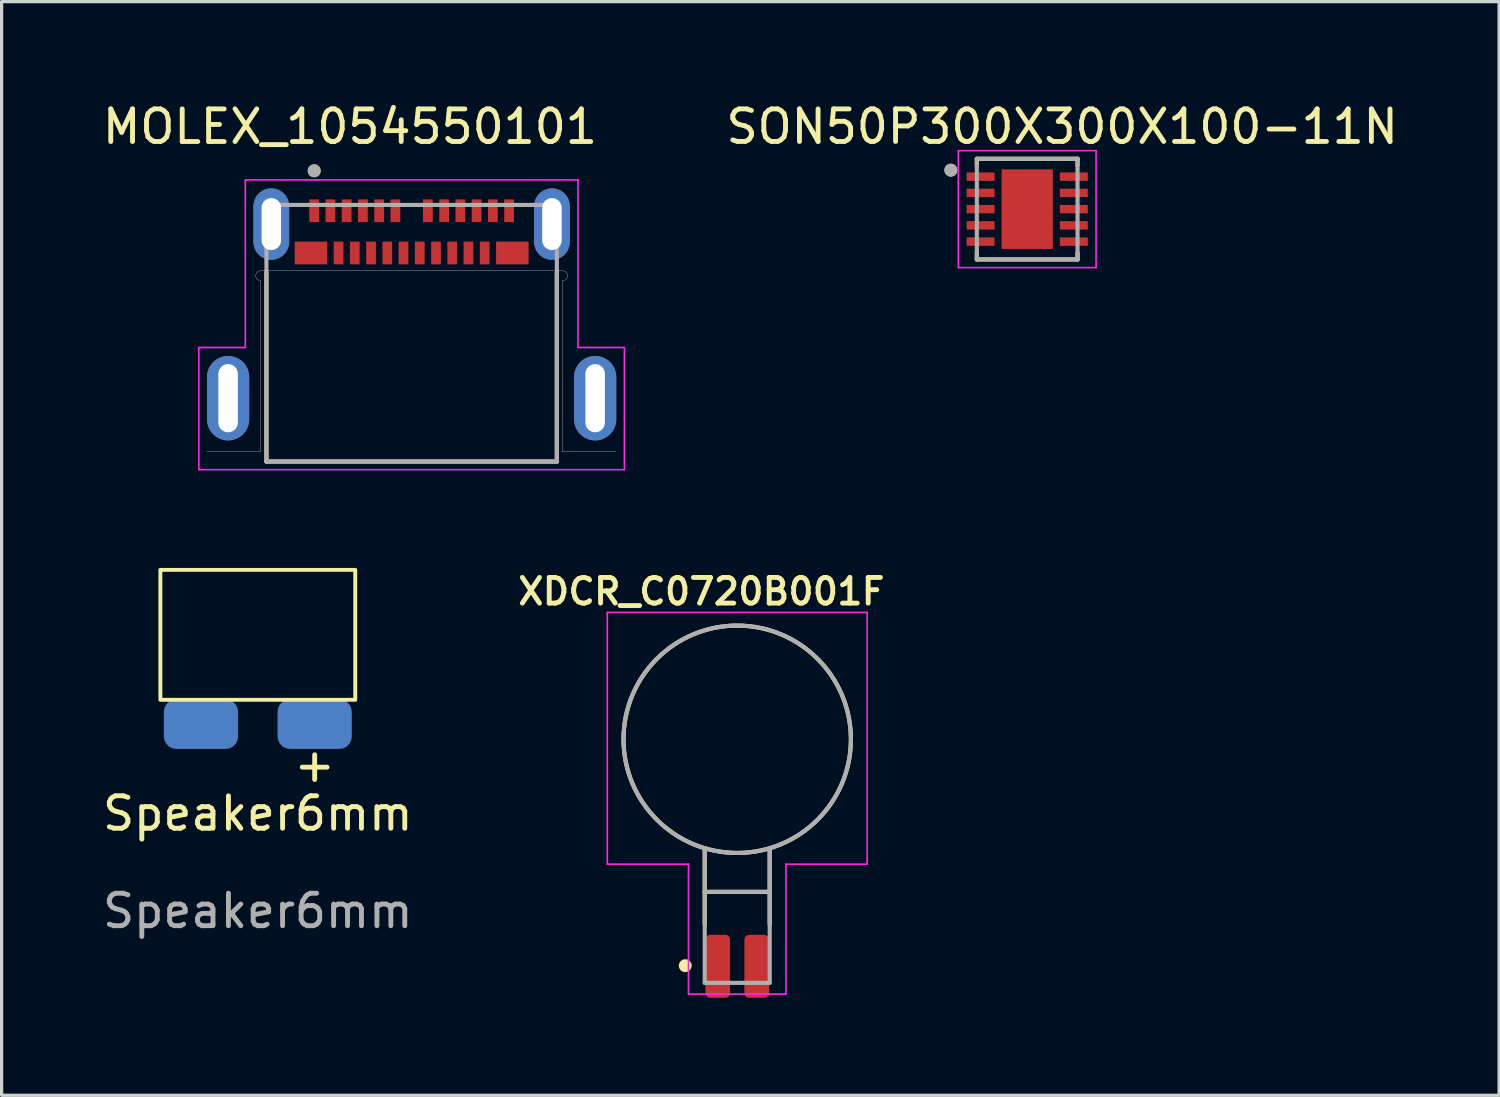
<source format=kicad_pcb>
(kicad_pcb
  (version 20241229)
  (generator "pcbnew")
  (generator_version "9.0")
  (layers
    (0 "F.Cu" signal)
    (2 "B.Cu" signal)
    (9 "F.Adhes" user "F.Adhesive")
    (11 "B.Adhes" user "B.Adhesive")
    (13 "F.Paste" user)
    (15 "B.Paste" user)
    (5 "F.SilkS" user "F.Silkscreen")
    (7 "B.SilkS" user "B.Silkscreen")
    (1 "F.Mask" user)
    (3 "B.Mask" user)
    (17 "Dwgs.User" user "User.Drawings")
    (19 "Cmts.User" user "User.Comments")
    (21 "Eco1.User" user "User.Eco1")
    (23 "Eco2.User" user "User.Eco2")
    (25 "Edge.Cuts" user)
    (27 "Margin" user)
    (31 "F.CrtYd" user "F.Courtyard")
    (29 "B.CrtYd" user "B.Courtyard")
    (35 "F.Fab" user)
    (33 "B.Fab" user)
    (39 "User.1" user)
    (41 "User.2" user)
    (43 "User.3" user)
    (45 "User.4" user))
  (footprint "MOLEX_1054550101"
    (layer "F.Cu")
    (at 9.622 7.208)
    (property "Reference" "MOLEX_1054550101" (at -1.899 -6.358 0) (layer "F.SilkS") (effects (font (size 1.004 1.004) (thickness 0.15))))
    (attr through_hole)
    (fp_line (start -4.47 3.95) (end -4.47 -1.88) (stroke (width 0.127) (type solid)) (layer "F.SilkS"))
    (fp_line (start -4.47 3.95) (end 4.47 3.95) (stroke (width 0.127) (type solid)) (layer "F.SilkS"))
    (fp_line (start 4.47 3.95) (end 4.47 -1.88) (stroke (width 0.127) (type solid)) (layer "F.SilkS"))
    (fp_circle (center -3 -5) (end -2.9 -5) (stroke (width 0.2) (type solid)) (fill no) (layer "F.SilkS"))
    (fp_line (start -6.3 3.65) (end -4.65 3.65) (stroke (width 0.01) (type solid)) (layer "Edge.Cuts"))
    (fp_line (start -4.65 -1.92) (end 4.65 -1.92) (stroke (width 0.01) (type solid)) (layer "Edge.Cuts"))
    (fp_line (start -4.65 3.65) (end -4.65 -1.62) (stroke (width 0.01) (type solid)) (layer "Edge.Cuts"))
    (fp_line (start 4.65 3.65) (end 4.65 -1.62) (stroke (width 0.01) (type solid)) (layer "Edge.Cuts"))
    (fp_line (start 4.65 3.65) (end 6.3 3.65) (stroke (width 0.01) (type solid)) (layer "Edge.Cuts"))
    (fp_arc (start -4.8 -1.77) (mid -4.756066 -1.876066) (end -4.65 -1.92) (stroke (width 0.01) (type solid)) (layer "Edge.Cuts"))
    (fp_arc (start -4.65 -1.62) (mid -4.756066 -1.663934) (end -4.8 -1.77) (stroke (width 0.01) (type solid)) (layer "Edge.Cuts"))
    (fp_arc (start 4.65 -1.92) (mid 4.756066 -1.876066) (end 4.8 -1.77) (stroke (width 0.01) (type solid)) (layer "Edge.Cuts"))
    (fp_arc (start 4.8 -1.77) (mid 4.756066 -1.663934) (end 4.65 -1.62) (stroke (width 0.01) (type solid)) (layer "Edge.Cuts"))
    (fp_line (start -6.55 0.44) (end -5.12 0.44) (stroke (width 0.05) (type solid)) (layer "F.CrtYd"))
    (fp_line (start -6.55 4.2) (end -6.55 0.44) (stroke (width 0.05) (type solid)) (layer "F.CrtYd"))
    (fp_line (start -5.12 -4.72) (end 5.12 -4.72) (stroke (width 0.05) (type solid)) (layer "F.CrtYd"))
    (fp_line (start -5.12 0.44) (end -5.12 -4.72) (stroke (width 0.05) (type solid)) (layer "F.CrtYd"))
    (fp_line (start 5.12 0.44) (end 5.12 -4.72) (stroke (width 0.05) (type solid)) (layer "F.CrtYd"))
    (fp_line (start 5.12 0.44) (end 6.55 0.44) (stroke (width 0.05) (type solid)) (layer "F.CrtYd"))
    (fp_line (start 6.55 4.2) (end -6.55 4.2) (stroke (width 0.05) (type solid)) (layer "F.CrtYd"))
    (fp_line (start 6.55 4.2) (end 6.55 0.44) (stroke (width 0.05) (type solid)) (layer "F.CrtYd"))
    (fp_line (start -4.47 -3.95) (end -4.47 3.95) (stroke (width 0.127) (type solid)) (layer "F.Fab"))
    (fp_line (start -4.47 3.95) (end 4.47 3.95) (stroke (width 0.127) (type solid)) (layer "F.Fab"))
    (fp_line (start 4.47 -3.95) (end -4.47 -3.95) (stroke (width 0.127) (type solid)) (layer "F.Fab"))
    (fp_line (start 4.47 3.95) (end 4.47 -3.95) (stroke (width 0.127) (type solid)) (layer "F.Fab"))
    (fp_circle (center -3 -5) (end -2.9 -5) (stroke (width 0.2) (type solid)) (fill no) (layer "F.Fab"))
    (pad "A1" smd rect (at -3 -3.77) (size 0.3 0.7) (layers "F.Cu" "F.Mask" "F.Paste"))
    (pad "A2" smd rect (at -2.5 -3.77) (size 0.3 0.7) (layers "F.Cu" "F.Mask" "F.Paste"))
    (pad "A3" smd rect (at -2 -3.77) (size 0.3 0.7) (layers "F.Cu" "F.Mask" "F.Paste"))
    (pad "A4" smd rect (at -1.5 -3.77) (size 0.3 0.7) (layers "F.Cu" "F.Mask" "F.Paste"))
    (pad "A5" smd rect (at -1 -3.77) (size 0.3 0.7) (layers "F.Cu" "F.Mask" "F.Paste"))
    (pad "A6" smd rect (at -0.5 -3.77) (size 0.3 0.7) (layers "F.Cu" "F.Mask" "F.Paste"))
    (pad "A7" smd rect (at 0.5 -3.77) (size 0.3 0.7) (layers "F.Cu" "F.Mask" "F.Paste"))
    (pad "A8" smd rect (at 1 -3.77) (size 0.3 0.7) (layers "F.Cu" "F.Mask" "F.Paste"))
    (pad "A9" smd rect (at 1.5 -3.77) (size 0.3 0.7) (layers "F.Cu" "F.Mask" "F.Paste"))
    (pad "A10" smd rect (at 2 -3.77) (size 0.3 0.7) (layers "F.Cu" "F.Mask" "F.Paste"))
    (pad "A11" smd rect (at 2.5 -3.77) (size 0.3 0.7) (layers "F.Cu" "F.Mask" "F.Paste"))
    (pad "A12" smd rect (at 3 -3.77) (size 0.3 0.7) (layers "F.Cu" "F.Mask" "F.Paste"))
    (pad "B1" smd rect (at 3.1 -2.47) (size 1 0.7) (layers "F.Cu" "F.Mask" "F.Paste"))
    (pad "B2" smd rect (at 2.25 -2.47) (size 0.3 0.7) (layers "F.Cu" "F.Mask" "F.Paste"))
    (pad "B3" smd rect (at 1.75 -2.47) (size 0.3 0.7) (layers "F.Cu" "F.Mask" "F.Paste"))
    (pad "B4" smd rect (at 1.25 -2.47) (size 0.3 0.7) (layers "F.Cu" "F.Mask" "F.Paste"))
    (pad "B5" smd rect (at 0.75 -2.47) (size 0.3 0.7) (layers "F.Cu" "F.Mask" "F.Paste"))
    (pad "B6" smd rect (at 0.25 -2.47) (size 0.3 0.7) (layers "F.Cu" "F.Mask" "F.Paste"))
    (pad "B7" smd rect (at -0.25 -2.47) (size 0.3 0.7) (layers "F.Cu" "F.Mask" "F.Paste"))
    (pad "B8" smd rect (at -0.75 -2.47) (size 0.3 0.7) (layers "F.Cu" "F.Mask" "F.Paste"))
    (pad "B9" smd rect (at -1.25 -2.47) (size 0.3 0.7) (layers "F.Cu" "F.Mask" "F.Paste"))
    (pad "B10" smd rect (at -1.75 -2.47) (size 0.3 0.7) (layers "F.Cu" "F.Mask" "F.Paste"))
    (pad "B11" smd rect (at -2.25 -2.47) (size 0.3 0.7) (layers "F.Cu" "F.Mask" "F.Paste"))
    (pad "B12" smd rect (at -3.1 -2.47) (size 1 0.7) (layers "F.Cu" "F.Mask" "F.Paste"))
    (pad "S1" thru_hole oval (at -4.32 -3.36) (size 1.1 2.2) (drill oval 0.6 1.6) (layers "*.Cu" "*.Mask"))
    (pad "S2" thru_hole oval (at 4.32 -3.36) (size 1.1 2.2) (drill oval 0.6 1.6) (layers "*.Cu" "*.Mask"))
    (pad "S3" thru_hole oval (at -5.65 2) (size 1.3 2.6) (drill oval 0.6 2.1) (layers "*.Cu" "*.Mask"))
    (pad "S4" thru_hole oval (at 5.65 2) (size 1.3 2.6) (drill oval 0.6 2.1) (layers "*.Cu" "*.Mask")))
  (footprint "SON50P300X300X100-11N"
    (layer "F.Cu")
    (at 28.572 3.388)
    (property "Reference" "SON50P300X300X100-11N" (at 1.077 -2.539 0) (layer "F.SilkS") (effects (font (size 1.002 1.002) (thickness 0.15))))
    (attr through_hole)
    (fp_line (start -1.55 -1.55) (end -1.55 -1.345) (stroke (width 0.127) (type solid)) (layer "F.SilkS"))
    (fp_line (start -1.55 1.55) (end -1.55 1.345) (stroke (width 0.127) (type solid)) (layer "F.SilkS"))
    (fp_line (start -1.55 1.55) (end 1.55 1.55) (stroke (width 0.127) (type solid)) (layer "F.SilkS"))
    (fp_line (start 1.55 -1.55) (end -1.55 -1.55) (stroke (width 0.127) (type solid)) (layer "F.SilkS"))
    (fp_line (start 1.55 -1.55) (end 1.55 -1.345) (stroke (width 0.127) (type solid)) (layer "F.SilkS"))
    (fp_line (start 1.55 1.55) (end 1.55 1.345) (stroke (width 0.127) (type solid)) (layer "F.SilkS"))
    (fp_circle (center -2.35 -1.2) (end -2.25 -1.2) (stroke (width 0.2) (type solid)) (fill no) (layer "F.SilkS"))
    (fp_poly (pts (xy -0.501 -0.8) (xy 0.5 -0.8) (xy 0.5 0.802) (xy -0.501 0.802)) (stroke (width 0.01) (type solid)) (fill yes) (layer "F.Paste"))
    (fp_line (start -2.12 -1.8) (end 2.12 -1.8) (stroke (width 0.05) (type solid)) (layer "F.CrtYd"))
    (fp_line (start -2.12 1.8) (end -2.12 -1.8) (stroke (width 0.05) (type solid)) (layer "F.CrtYd"))
    (fp_line (start 2.12 -1.8) (end 2.12 1.8) (stroke (width 0.05) (type solid)) (layer "F.CrtYd"))
    (fp_line (start 2.12 1.8) (end -2.12 1.8) (stroke (width 0.05) (type solid)) (layer "F.CrtYd"))
    (fp_line (start -1.55 -1.55) (end -1.55 1.55) (stroke (width 0.127) (type solid)) (layer "F.Fab"))
    (fp_line (start -1.55 1.55) (end 1.55 1.55) (stroke (width 0.127) (type solid)) (layer "F.Fab"))
    (fp_line (start 1.55 -1.55) (end -1.55 -1.55) (stroke (width 0.127) (type solid)) (layer "F.Fab"))
    (fp_line (start 1.55 1.55) (end 1.55 -1.55) (stroke (width 0.127) (type solid)) (layer "F.Fab"))
    (fp_circle (center -2.35 -1.2) (end -2.25 -1.2) (stroke (width 0.2) (type solid)) (fill no) (layer "F.Fab"))
    (pad "1" smd rect (at -1.435 -1) (size 0.86 0.26) (layers "F.Cu" "F.Mask" "F.Paste"))
    (pad "2" smd rect (at -1.435 -0.5) (size 0.86 0.26) (layers "F.Cu" "F.Mask" "F.Paste"))
    (pad "3" smd rect (at -1.435 0) (size 0.86 0.26) (layers "F.Cu" "F.Mask" "F.Paste"))
    (pad "4" smd rect (at -1.435 0.5) (size 0.86 0.26) (layers "F.Cu" "F.Mask" "F.Paste"))
    (pad "5" smd rect (at -1.435 1) (size 0.86 0.26) (layers "F.Cu" "F.Mask" "F.Paste"))
    (pad "6" smd rect (at 1.435 1) (size 0.86 0.26) (layers "F.Cu" "F.Mask" "F.Paste"))
    (pad "7" smd rect (at 1.435 0.5) (size 0.86 0.26) (layers "F.Cu" "F.Mask" "F.Paste"))
    (pad "8" smd rect (at 1.435 0) (size 0.86 0.26) (layers "F.Cu" "F.Mask" "F.Paste"))
    (pad "9" smd rect (at 1.435 -0.5) (size 0.86 0.26) (layers "F.Cu" "F.Mask" "F.Paste"))
    (pad "10" smd rect (at 1.435 -1) (size 0.86 0.26) (layers "F.Cu" "F.Mask" "F.Paste"))
    (pad "11" smd rect (at 0 0) (size 1.575 2.45) (layers "F.Cu" "F.Mask")))
  (footprint "Speaker6mm"
    (layer "F.Cu")
    (at 4.887 22.493)
    (property "Reference" "Speaker6mm" (at 0 -0.5 0) (unlocked yes) (layer "F.SilkS") (effects (font (size 1 1) (thickness 0.15))))
    (attr smd)
    (fp_rect (start -3 -8) (end 3 -4) (stroke (width 0.12) (type solid)) (fill no) (layer "F.SilkS"))
    (fp_text user "+" (at 1.75 -2 0) (unlocked yes) (layer "F.SilkS") (effects (font (size 1 1) (thickness 0.15))))
    (fp_text user "${REFERENCE}" (at 0 2.5 0) (unlocked yes) (layer "F.Fab") (effects (font (size 1 1) (thickness 0.15))))
    (pad "1" smd roundrect (at -1.75 -3.25) (size 2.286 1.524) (layers "B.Cu" "B.Mask" "B.Paste") (roundrect_rratio 0.25))
    (pad "2" smd roundrect (at 1.75 -3.25) (size 2.286 1.524) (layers "B.Cu" "B.Mask" "B.Paste") (roundrect_rratio 0.25)))
  (footprint "XDCR_C0720B001F"
    (layer "F.Cu")
    (at 19.645 21.678)
    (property "Reference" "XDCR_C0720B001F" (at -1.103 -6.519 0) (layer "F.SilkS") (effects (font (size 0.79 0.79) (thickness 0.15))))
    (attr through_hole)
    (fp_line (start -1 2.73) (end -1 1.425) (stroke (width 0.127) (type solid)) (layer "F.SilkS"))
    (fp_line (start -1 2.73) (end 1 2.73) (stroke (width 0.127) (type solid)) (layer "F.SilkS"))
    (fp_line (start -1 3.725) (end -1 2.73) (stroke (width 0.127) (type solid)) (layer "F.SilkS"))
    (fp_line (start 1 2.73) (end 1 1.425) (stroke (width 0.127) (type solid)) (layer "F.SilkS"))
    (fp_line (start 1 3.725) (end 1 2.73) (stroke (width 0.127) (type solid)) (layer "F.SilkS"))
    (fp_circle (center -1.6 5) (end -1.5 5) (stroke (width 0.2) (type solid)) (fill no) (layer "F.SilkS"))
    (fp_circle (center 0 -1.97) (end 3.5 -1.97) (stroke (width 0.127) (type solid)) (fill no) (layer "F.SilkS"))
    (fp_line (start -4 -5.875) (end 4 -5.875) (stroke (width 0.05) (type solid)) (layer "F.CrtYd"))
    (fp_line (start -4 1.875) (end -4 -5.875) (stroke (width 0.05) (type solid)) (layer "F.CrtYd"))
    (fp_line (start -1.5 1.875) (end -4 1.875) (stroke (width 0.05) (type solid)) (layer "F.CrtYd"))
    (fp_line (start -1.5 5.875) (end -1.5 1.875) (stroke (width 0.05) (type solid)) (layer "F.CrtYd"))
    (fp_line (start 1.5 1.875) (end 1.5 5.875) (stroke (width 0.05) (type solid)) (layer "F.CrtYd"))
    (fp_line (start 1.5 5.875) (end -1.5 5.875) (stroke (width 0.05) (type solid)) (layer "F.CrtYd"))
    (fp_line (start 4 -5.875) (end 4 1.875) (stroke (width 0.05) (type solid)) (layer "F.CrtYd"))
    (fp_line (start 4 1.875) (end 1.5 1.875) (stroke (width 0.05) (type solid)) (layer "F.CrtYd"))
    (fp_line (start -1 2.725) (end 1 2.725) (stroke (width 0.127) (type solid)) (layer "F.Fab"))
    (fp_line (start -1 5.53) (end -1 1.425) (stroke (width 0.127) (type solid)) (layer "F.Fab"))
    (fp_line (start 1 2.725) (end 1 1.425) (stroke (width 0.127) (type solid)) (layer "F.Fab"))
    (fp_line (start 1 2.73) (end 1 5.53) (stroke (width 0.127) (type solid)) (layer "F.Fab"))
    (fp_line (start 1 5.53) (end -1 5.53) (stroke (width 0.127) (type solid)) (layer "F.Fab"))
    (fp_circle (center 0 -1.97) (end 3.5 -1.97) (stroke (width 0.127) (type solid)) (fill no) (layer "F.Fab"))
    (pad "1" smd roundrect (at -0.6 5.02 270) (size 1.94 0.76) (layers "F.Cu" "F.Mask" "F.Paste") (roundrect_rratio 0.19))
    (pad "2" smd roundrect (at 0.6 5.02 270) (size 1.94 0.76) (layers "F.Cu" "F.Mask" "F.Paste") (roundrect_rratio 0.19)))
  (gr_rect
    (start -3 -3)
    (end 43.1 30.668)
    (stroke (width 0.1) (type default))
    (fill no)
    (layer "Edge.Cuts")))
</source>
